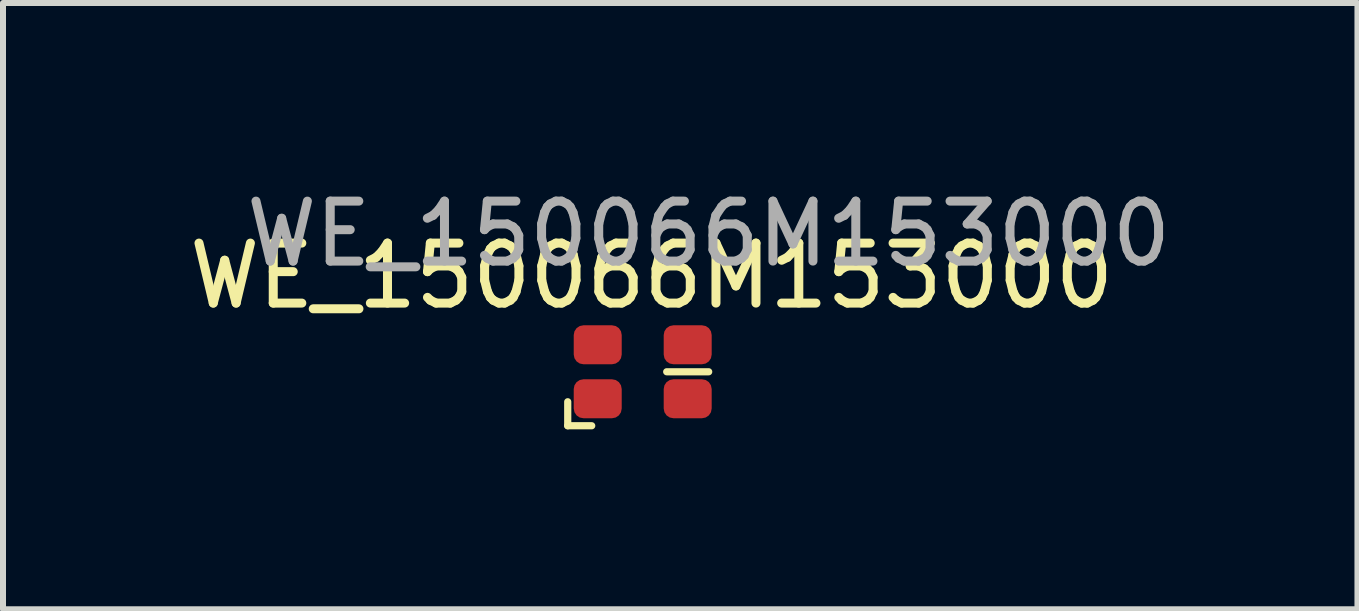
<source format=kicad_pcb>
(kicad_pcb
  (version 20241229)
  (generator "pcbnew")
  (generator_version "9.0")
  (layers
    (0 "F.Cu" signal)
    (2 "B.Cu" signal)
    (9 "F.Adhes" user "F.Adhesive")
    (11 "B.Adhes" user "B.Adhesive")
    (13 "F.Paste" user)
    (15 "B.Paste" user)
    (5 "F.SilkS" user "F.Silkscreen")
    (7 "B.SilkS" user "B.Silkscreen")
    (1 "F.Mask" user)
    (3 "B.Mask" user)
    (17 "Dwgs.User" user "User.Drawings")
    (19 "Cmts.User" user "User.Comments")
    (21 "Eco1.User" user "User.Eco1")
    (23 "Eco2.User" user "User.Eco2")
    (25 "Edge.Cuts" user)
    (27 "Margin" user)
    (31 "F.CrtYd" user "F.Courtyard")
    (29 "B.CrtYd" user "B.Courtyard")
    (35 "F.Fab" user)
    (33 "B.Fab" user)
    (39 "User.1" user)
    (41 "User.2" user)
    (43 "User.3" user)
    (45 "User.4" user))
  (footprint "WE_150066M153000"
    (layer "F.Cu")
    (at 7.665 3.148)
    (property "Reference" "WE_150066M153000" (at 0.15 -1.6 0) (unlocked yes) (layer "F.SilkS") (effects (font (size 1 1) (thickness 0.15))))
    (attr smd)
    (fp_line (start -1.25 0.5) (end -1.25 0.9) (stroke (width 0.12) (type default)) (layer "F.SilkS"))
    (fp_line (start -1.25 0.9) (end -0.85 0.9) (stroke (width 0.12) (type default)) (layer "F.SilkS"))
    (fp_line (start 0.4 0) (end 1.1 0) (stroke (width 0.12) (type default)) (layer "F.SilkS"))
    (fp_text user "${REFERENCE}" (at 1.1 -2.3 0) (unlocked yes) (layer "F.Fab") (effects (font (size 1 1) (thickness 0.15))))
    (pad "1" smd roundrect (at -0.75 0.45) (size 0.8 0.65) (layers "F.Cu" "F.Mask" "F.Paste") (roundrect_rratio 0.25))
    (pad "2" smd roundrect (at -0.75 -0.45) (size 0.8 0.65) (layers "F.Cu" "F.Mask" "F.Paste") (roundrect_rratio 0.25))
    (pad "3" smd roundrect (at 0.75 -0.45) (size 0.8 0.65) (layers "F.Cu" "F.Mask" "F.Paste") (roundrect_rratio 0.25))
    (pad "4" smd roundrect (at 0.75 0.45) (size 0.8 0.65) (layers "F.Cu" "F.Mask" "F.Paste") (roundrect_rratio 0.25)))
  (gr_rect
    (start -3 -3)
    (end 19.581 7.108)
    (stroke (width 0.1) (type default))
    (fill no)
    (layer "Edge.Cuts")))
</source>
